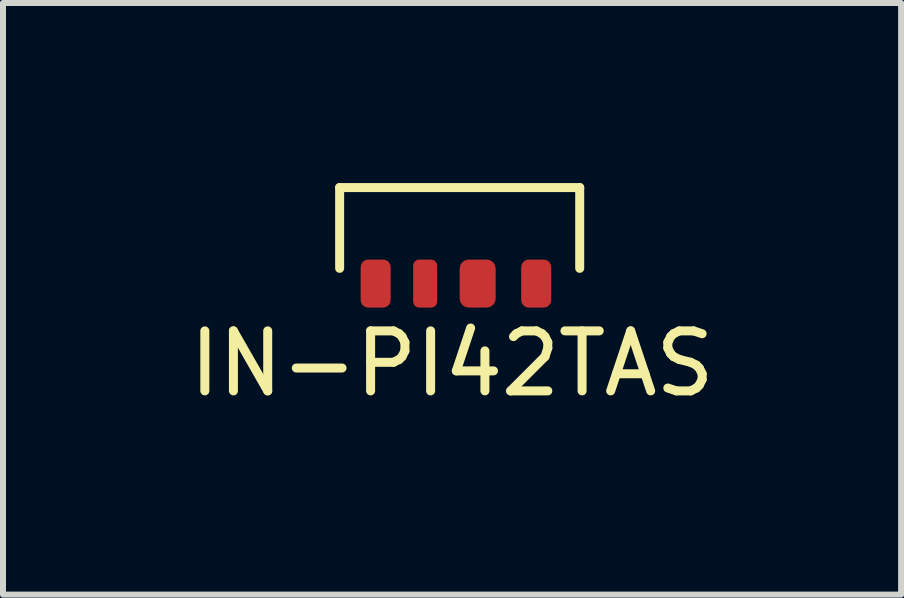
<source format=kicad_pcb>
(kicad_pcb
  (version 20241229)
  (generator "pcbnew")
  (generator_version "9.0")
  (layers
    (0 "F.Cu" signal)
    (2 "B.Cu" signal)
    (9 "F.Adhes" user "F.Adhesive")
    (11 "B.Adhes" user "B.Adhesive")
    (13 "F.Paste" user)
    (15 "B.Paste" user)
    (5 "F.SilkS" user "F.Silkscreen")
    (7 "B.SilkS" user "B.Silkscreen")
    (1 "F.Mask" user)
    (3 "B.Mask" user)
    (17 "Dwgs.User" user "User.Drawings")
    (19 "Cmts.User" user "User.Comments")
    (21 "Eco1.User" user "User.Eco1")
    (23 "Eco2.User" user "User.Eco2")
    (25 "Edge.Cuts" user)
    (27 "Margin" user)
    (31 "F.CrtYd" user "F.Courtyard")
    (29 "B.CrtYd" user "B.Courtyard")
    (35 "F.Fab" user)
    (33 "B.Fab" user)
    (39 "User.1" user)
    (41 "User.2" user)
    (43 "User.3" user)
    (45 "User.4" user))
  (footprint "IN-PI42TAS"
    (layer "F.Cu")
    (at 4.609 1.675)
    (property "Reference" "IN-PI42TAS" (at -0.127 1.333 0) (layer "F.SilkS") (effects (font (size 1 1) (thickness 0.15))))
    (attr through_hole)
    (fp_line (start -2 -1.6) (end 2 -1.6) (stroke (width 0.15) (type solid)) (layer "F.SilkS"))
    (fp_line (start -2 -0.254) (end -2 -1.6) (stroke (width 0.15) (type solid)) (layer "F.SilkS"))
    (fp_line (start 2 -1.6) (end 2 -0.254) (stroke (width 0.15) (type solid)) (layer "F.SilkS"))
    (pad "1" smd roundrect (at 0.3 0) (size 0.6 0.8) (layers "F.Cu" "F.Mask" "F.Paste") (roundrect_rratio 0.25))
    (pad "2" smd roundrect (at -0.575 0) (size 0.4 0.8) (layers "F.Cu" "F.Mask" "F.Paste") (roundrect_rratio 0.25))
    (pad "3" smd roundrect (at -1.4 0) (size 0.5 0.8) (layers "F.Cu" "F.Mask" "F.Paste") (roundrect_rratio 0.25))
    (pad "4" smd roundrect (at 1.275 0) (size 0.5 0.8) (layers "F.Cu" "F.Mask" "F.Paste") (roundrect_rratio 0.25)))
  (gr_rect
    (start -3 -3)
    (end 11.964 6.857)
    (stroke (width 0.1) (type default))
    (fill no)
    (layer "Edge.Cuts")))
</source>
